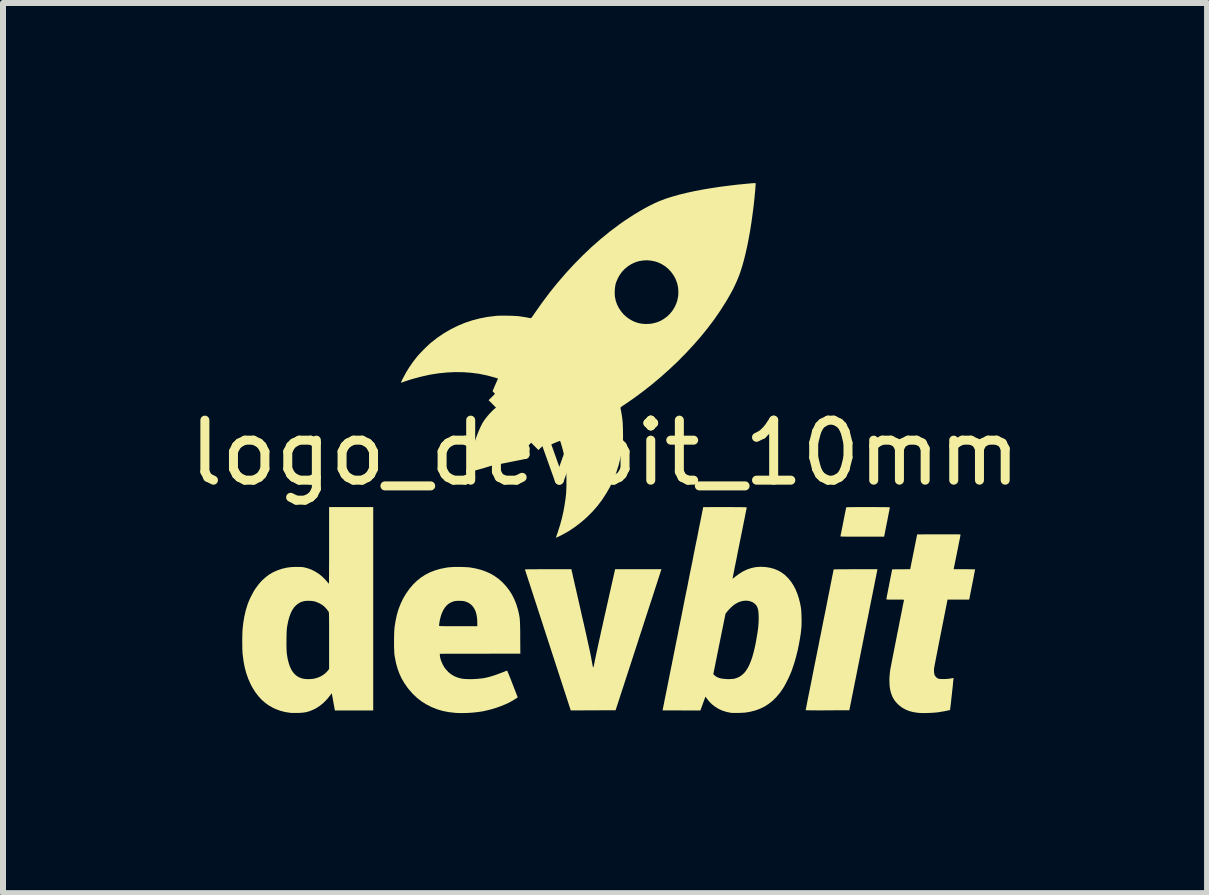
<source format=kicad_pcb>
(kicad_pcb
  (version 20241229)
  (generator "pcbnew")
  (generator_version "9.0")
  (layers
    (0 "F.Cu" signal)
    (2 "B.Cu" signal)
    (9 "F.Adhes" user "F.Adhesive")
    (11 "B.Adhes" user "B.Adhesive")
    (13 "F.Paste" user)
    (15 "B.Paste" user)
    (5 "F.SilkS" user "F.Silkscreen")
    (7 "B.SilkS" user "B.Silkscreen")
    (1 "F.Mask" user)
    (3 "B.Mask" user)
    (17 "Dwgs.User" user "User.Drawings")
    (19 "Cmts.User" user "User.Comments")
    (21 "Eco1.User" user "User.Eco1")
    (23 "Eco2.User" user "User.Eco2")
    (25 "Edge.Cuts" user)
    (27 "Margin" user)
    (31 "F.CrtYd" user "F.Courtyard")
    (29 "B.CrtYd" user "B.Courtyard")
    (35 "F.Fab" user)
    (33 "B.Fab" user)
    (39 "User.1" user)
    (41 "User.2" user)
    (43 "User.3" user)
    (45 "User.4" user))
  (footprint "logo_devbit_10mm"
    (layer "F.Cu")
    (at 7.03 4.995)
    (property "Reference" "logo_devbit_10mm" (at 0 -0.5 0) (unlocked yes) (layer "F.SilkS") (effects (font (size 1 1) (thickness 0.15))))
    (fp_poly (pts (xy 4.45 0.403) (xy 4.51 0.403) (xy 4.561 0.404) (xy 4.605 0.404) (xy 4.642 0.404) (xy 4.673 0.404) (xy 4.697 0.405) (xy 4.716 0.405) (xy 4.729 0.406) (xy 4.739 0.407) (xy 4.743 0.408) (xy 4.745 0.409) (xy 4.744 0.414) (xy 4.742 0.427) (xy 4.738 0.448) (xy 4.733 0.475) (xy 4.726 0.507) (xy 4.719 0.544) (xy 4.711 0.585) (xy 4.703 0.629) (xy 4.697 0.655) (xy 4.65 0.896) (xy 4.285 0.896) (xy 4.219 0.896) (xy 4.162 0.896) (xy 4.112 0.896) (xy 4.07 0.896) (xy 4.034 0.896) (xy 4.005 0.895) (xy 3.981 0.895) (xy 3.962 0.895) (xy 3.948 0.894) (xy 3.937 0.893) (xy 3.93 0.893) (xy 3.925 0.892) (xy 3.923 0.891) (xy 3.922 0.889) (xy 3.922 0.888) (xy 3.923 0.882) (xy 3.926 0.869) (xy 3.93 0.848) (xy 3.936 0.821) (xy 3.942 0.788) (xy 3.95 0.751) (xy 3.958 0.711) (xy 3.966 0.667) (xy 3.97 0.65) (xy 3.978 0.605) (xy 3.987 0.563) (xy 3.994 0.525) (xy 4.001 0.49) (xy 4.007 0.461) (xy 4.012 0.438) (xy 4.015 0.421) (xy 4.017 0.412) (xy 4.017 0.411) (xy 4.018 0.41) (xy 4.02 0.408) (xy 4.024 0.407) (xy 4.029 0.406) (xy 4.038 0.406) (xy 4.05 0.405) (xy 4.066 0.405) (xy 4.087 0.404) (xy 4.113 0.404) (xy 4.144 0.404) (xy 4.182 0.403) (xy 4.227 0.403) (xy 4.279 0.403) (xy 4.339 0.403) (xy 4.382 0.403)) (stroke (width 0) (type solid)) (fill yes) (layer "F.SilkS"))
    (fp_poly (pts (xy 4.536 1.451) (xy 4.535 1.456) (xy 4.532 1.47) (xy 4.528 1.492) (xy 4.522 1.521) (xy 4.515 1.558) (xy 4.506 1.602) (xy 4.496 1.652) (xy 4.485 1.709) (xy 4.472 1.772) (xy 4.459 1.84) (xy 4.444 1.913) (xy 4.428 1.991) (xy 4.412 2.073) (xy 4.395 2.159) (xy 4.377 2.249) (xy 4.358 2.342) (xy 4.339 2.438) (xy 4.319 2.537) (xy 4.302 2.626) (xy 4.07 3.788) (xy 3.706 3.789) (xy 3.643 3.79) (xy 3.584 3.79) (xy 3.531 3.79) (xy 3.483 3.789) (xy 3.442 3.789) (xy 3.407 3.789) (xy 3.379 3.788) (xy 3.358 3.788) (xy 3.346 3.787) (xy 3.342 3.786) (xy 3.343 3.782) (xy 3.346 3.769) (xy 3.35 3.748) (xy 3.356 3.719) (xy 3.363 3.682) (xy 3.371 3.639) (xy 3.381 3.589) (xy 3.392 3.533) (xy 3.405 3.471) (xy 3.418 3.404) (xy 3.433 3.331) (xy 3.448 3.254) (xy 3.464 3.172) (xy 3.481 3.086) (xy 3.499 2.996) (xy 3.518 2.903) (xy 3.537 2.807) (xy 3.557 2.709) (xy 3.575 2.614) (xy 3.596 2.513) (xy 3.615 2.415) (xy 3.634 2.319) (xy 3.653 2.226) (xy 3.671 2.137) (xy 3.688 2.051) (xy 3.704 1.97) (xy 3.719 1.892) (xy 3.734 1.82) (xy 3.747 1.753) (xy 3.759 1.691) (xy 3.77 1.636) (xy 3.78 1.586) (xy 3.788 1.544) (xy 3.796 1.508) (xy 3.801 1.48) (xy 3.805 1.459) (xy 3.808 1.446) (xy 3.808 1.442) (xy 3.813 1.442) (xy 3.825 1.441) (xy 3.846 1.44) (xy 3.873 1.44) (xy 3.907 1.439) (xy 3.947 1.439) (xy 3.991 1.439) (xy 4.04 1.439) (xy 4.093 1.438) (xy 4.149 1.438) (xy 4.173 1.438) (xy 4.539 1.438)) (stroke (width 0) (type solid)) (fill yes) (layer "F.SilkS"))
    (fp_poly (pts (xy -0.556 1.46) (xy -0.555 1.466) (xy -0.551 1.481) (xy -0.546 1.504) (xy -0.539 1.534) (xy -0.531 1.571) (xy -0.521 1.614) (xy -0.51 1.662) (xy -0.498 1.716) (xy -0.484 1.775) (xy -0.47 1.838) (xy -0.455 1.905) (xy -0.439 1.975) (xy -0.422 2.048) (xy -0.405 2.123) (xy -0.401 2.142) (xy -0.377 2.249) (xy -0.354 2.347) (xy -0.334 2.437) (xy -0.315 2.52) (xy -0.299 2.594) (xy -0.284 2.661) (xy -0.271 2.721) (xy -0.259 2.775) (xy -0.249 2.821) (xy -0.241 2.861) (xy -0.234 2.895) (xy -0.229 2.923) (xy -0.227 2.936) (xy -0.221 2.969) (xy -0.215 3) (xy -0.21 3.026) (xy -0.206 3.048) (xy -0.203 3.063) (xy -0.201 3.071) (xy -0.2 3.072) (xy -0.198 3.073) (xy -0.195 3.072) (xy -0.192 3.066) (xy -0.189 3.056) (xy -0.185 3.04) (xy -0.181 3.018) (xy -0.175 2.989) (xy -0.168 2.953) (xy -0.167 2.946) (xy -0.163 2.928) (xy -0.157 2.901) (xy -0.15 2.867) (xy -0.142 2.827) (xy -0.131 2.779) (xy -0.12 2.726) (xy -0.107 2.668) (xy -0.093 2.604) (xy -0.078 2.537) (xy -0.063 2.466) (xy -0.046 2.393) (xy -0.029 2.316) (xy -0.012 2.238) (xy 0.006 2.159) (xy 0.012 2.132) (xy 0.168 1.438) (xy 0.94 1.438) (xy 0.913 1.52) (xy 0.91 1.532) (xy 0.903 1.551) (xy 0.894 1.579) (xy 0.883 1.613) (xy 0.87 1.655) (xy 0.854 1.703) (xy 0.836 1.758) (xy 0.817 1.818) (xy 0.796 1.883) (xy 0.773 1.954) (xy 0.748 2.029) (xy 0.722 2.108) (xy 0.695 2.191) (xy 0.667 2.278) (xy 0.638 2.368) (xy 0.608 2.46) (xy 0.577 2.554) (xy 0.546 2.651) (xy 0.532 2.695) (xy 0.176 3.788) (xy -0.198 3.789) (xy -0.571 3.791) (xy -0.952 2.62) (xy -0.984 2.521) (xy -1.016 2.423) (xy -1.046 2.329) (xy -1.076 2.237) (xy -1.105 2.149) (xy -1.132 2.064) (xy -1.159 1.983) (xy -1.184 1.906) (xy -1.207 1.834) (xy -1.229 1.767) (xy -1.249 1.705) (xy -1.267 1.649) (xy -1.284 1.599) (xy -1.298 1.555) (xy -1.31 1.518) (xy -1.32 1.488) (xy -1.327 1.466) (xy -1.332 1.451) (xy -1.334 1.444) (xy -1.334 1.444) (xy -1.333 1.443) (xy -1.328 1.442) (xy -1.319 1.441) (xy -1.305 1.44) (xy -1.287 1.44) (xy -1.263 1.439) (xy -1.233 1.439) (xy -1.196 1.439) (xy -1.153 1.439) (xy -1.102 1.438) (xy -1.044 1.438) (xy -0.977 1.438) (xy -0.948 1.438) (xy -0.561 1.438)) (stroke (width 0) (type solid)) (fill yes) (layer "F.SilkS"))
    (fp_poly (pts (xy -3.862 3.791) (xy -4.501 3.791) (xy -4.518 3.695) (xy -4.524 3.663) (xy -4.53 3.631) (xy -4.535 3.6) (xy -4.54 3.574) (xy -4.544 3.554) (xy -4.544 3.552) (xy -4.553 3.504) (xy -4.579 3.54) (xy -4.632 3.605) (xy -4.688 3.662) (xy -4.747 3.711) (xy -4.809 3.752) (xy -4.854 3.775) (xy -4.898 3.794) (xy -4.94 3.809) (xy -4.982 3.82) (xy -5.026 3.827) (xy -5.075 3.831) (xy -5.121 3.833) (xy -5.151 3.833) (xy -5.181 3.833) (xy -5.208 3.833) (xy -5.23 3.832) (xy -5.242 3.831) (xy -5.327 3.818) (xy -5.406 3.798) (xy -5.482 3.77) (xy -5.531 3.748) (xy -5.6 3.709) (xy -5.664 3.663) (xy -5.724 3.61) (xy -5.779 3.549) (xy -5.83 3.481) (xy -5.877 3.406) (xy -5.905 3.352) (xy -5.943 3.267) (xy -5.975 3.177) (xy -6.001 3.083) (xy -6.021 2.982) (xy -6.035 2.874) (xy -6.04 2.825) (xy -6.041 2.798) (xy -6.043 2.764) (xy -6.043 2.725) (xy -6.044 2.682) (xy -6.044 2.668) (xy -5.308 2.668) (xy -5.307 2.711) (xy -5.307 2.751) (xy -5.305 2.788) (xy -5.304 2.819) (xy -5.302 2.842) (xy -5.301 2.847) (xy -5.289 2.923) (xy -5.273 2.99) (xy -5.254 3.05) (xy -5.231 3.102) (xy -5.205 3.146) (xy -5.174 3.183) (xy -5.139 3.214) (xy -5.1 3.238) (xy -5.057 3.255) (xy -5.019 3.264) (xy -4.993 3.267) (xy -4.961 3.269) (xy -4.926 3.269) (xy -4.892 3.267) (xy -4.86 3.264) (xy -4.841 3.26) (xy -4.785 3.244) (xy -4.733 3.222) (xy -4.687 3.193) (xy -4.647 3.16) (xy -4.617 3.127) (xy -4.597 3.1) (xy -4.597 2.629) (xy -4.597 2.554) (xy -4.597 2.487) (xy -4.597 2.428) (xy -4.597 2.376) (xy -4.597 2.331) (xy -4.598 2.293) (xy -4.598 2.261) (xy -4.598 2.233) (xy -4.599 2.211) (xy -4.599 2.193) (xy -4.6 2.179) (xy -4.6 2.168) (xy -4.601 2.16) (xy -4.602 2.154) (xy -4.603 2.15) (xy -4.604 2.148) (xy -4.605 2.147) (xy -4.621 2.124) (xy -4.642 2.098) (xy -4.664 2.074) (xy -4.686 2.053) (xy -4.69 2.049) (xy -4.721 2.028) (xy -4.756 2.007) (xy -4.795 1.99) (xy -4.832 1.976) (xy -4.837 1.975) (xy -4.864 1.97) (xy -4.896 1.966) (xy -4.93 1.965) (xy -4.965 1.965) (xy -4.997 1.967) (xy -5.023 1.972) (xy -5.027 1.973) (xy -5.072 1.988) (xy -5.112 2.011) (xy -5.148 2.039) (xy -5.181 2.075) (xy -5.21 2.118) (xy -5.235 2.168) (xy -5.257 2.226) (xy -5.276 2.292) (xy -5.291 2.365) (xy -5.299 2.413) (xy -5.301 2.434) (xy -5.303 2.463) (xy -5.305 2.497) (xy -5.306 2.537) (xy -5.307 2.579) (xy -5.307 2.623) (xy -5.308 2.668) (xy -6.044 2.668) (xy -6.044 2.637) (xy -6.044 2.593) (xy -6.043 2.55) (xy -6.042 2.511) (xy -6.041 2.477) (xy -6.04 2.455) (xy -6.028 2.339) (xy -6.01 2.229) (xy -5.986 2.125) (xy -5.956 2.027) (xy -5.948 2.004) (xy -5.934 1.97) (xy -5.917 1.931) (xy -5.897 1.89) (xy -5.876 1.85) (xy -5.855 1.811) (xy -5.835 1.778) (xy -5.827 1.766) (xy -5.775 1.694) (xy -5.72 1.631) (xy -5.66 1.576) (xy -5.597 1.528) (xy -5.529 1.488) (xy -5.456 1.456) (xy -5.379 1.43) (xy -5.295 1.411) (xy -5.293 1.411) (xy -5.263 1.407) (xy -5.228 1.403) (xy -5.189 1.401) (xy -5.148 1.4) (xy -5.109 1.4) (xy -5.072 1.401) (xy -5.041 1.403) (xy -5.018 1.406) (xy -4.952 1.423) (xy -4.887 1.447) (xy -4.824 1.48) (xy -4.763 1.519) (xy -4.707 1.565) (xy -4.655 1.617) (xy -4.633 1.643) (xy -4.62 1.659) (xy -4.61 1.671) (xy -4.603 1.678) (xy -4.6 1.68) (xy -4.6 1.676) (xy -4.6 1.663) (xy -4.599 1.642) (xy -4.599 1.614) (xy -4.599 1.579) (xy -4.598 1.537) (xy -4.598 1.489) (xy -4.598 1.436) (xy -4.598 1.378) (xy -4.597 1.316) (xy -4.597 1.25) (xy -4.597 1.18) (xy -4.597 1.107) (xy -4.597 1.042) (xy -4.597 0.403) (xy -3.862 0.403)) (stroke (width 0) (type solid)) (fill yes) (layer "F.SilkS"))
    (fp_poly (pts (xy -2.4 1.4) (xy -2.352 1.402) (xy -2.307 1.404) (xy -2.267 1.407) (xy -2.236 1.411) (xy -2.145 1.428) (xy -2.062 1.45) (xy -1.984 1.478) (xy -1.91 1.511) (xy -1.851 1.545) (xy -1.78 1.594) (xy -1.715 1.65) (xy -1.656 1.713) (xy -1.602 1.781) (xy -1.554 1.855) (xy -1.513 1.935) (xy -1.479 2.019) (xy -1.452 2.107) (xy -1.447 2.126) (xy -1.441 2.153) (xy -1.435 2.177) (xy -1.431 2.2) (xy -1.427 2.222) (xy -1.423 2.245) (xy -1.421 2.268) (xy -1.419 2.294) (xy -1.417 2.322) (xy -1.416 2.355) (xy -1.415 2.392) (xy -1.414 2.435) (xy -1.413 2.485) (xy -1.413 2.542) (xy -1.413 2.575) (xy -1.411 2.845) (xy -2.082 2.846) (xy -2.753 2.847) (xy -2.752 2.872) (xy -2.748 2.904) (xy -2.739 2.94) (xy -2.725 2.979) (xy -2.707 3.019) (xy -2.687 3.057) (xy -2.664 3.091) (xy -2.653 3.105) (xy -2.612 3.15) (xy -2.566 3.188) (xy -2.516 3.218) (xy -2.46 3.242) (xy -2.398 3.259) (xy -2.397 3.259) (xy -2.368 3.264) (xy -2.331 3.267) (xy -2.289 3.269) (xy -2.243 3.27) (xy -2.195 3.269) (xy -2.145 3.266) (xy -2.097 3.262) (xy -2.051 3.257) (xy -2.032 3.255) (xy -1.981 3.245) (xy -1.924 3.231) (xy -1.861 3.212) (xy -1.791 3.188) (xy -1.714 3.159) (xy -1.701 3.154) (xy -1.679 3.145) (xy -1.659 3.137) (xy -1.643 3.131) (xy -1.634 3.128) (xy -1.632 3.127) (xy -1.629 3.131) (xy -1.624 3.143) (xy -1.616 3.162) (xy -1.606 3.186) (xy -1.594 3.216) (xy -1.58 3.25) (xy -1.565 3.288) (xy -1.549 3.33) (xy -1.541 3.35) (xy -1.455 3.572) (xy -1.466 3.581) (xy -1.477 3.589) (xy -1.494 3.6) (xy -1.516 3.613) (xy -1.54 3.627) (xy -1.564 3.641) (xy -1.587 3.654) (xy -1.606 3.664) (xy -1.607 3.665) (xy -1.67 3.693) (xy -1.739 3.721) (xy -1.812 3.747) (xy -1.887 3.77) (xy -1.962 3.789) (xy -2.033 3.805) (xy -2.039 3.806) (xy -2.118 3.818) (xy -2.202 3.827) (xy -2.288 3.833) (xy -2.373 3.835) (xy -2.454 3.834) (xy -2.509 3.83) (xy -2.611 3.818) (xy -2.709 3.798) (xy -2.803 3.77) (xy -2.892 3.734) (xy -2.976 3.691) (xy -3.056 3.641) (xy -3.131 3.583) (xy -3.2 3.518) (xy -3.264 3.446) (xy -3.291 3.412) (xy -3.342 3.338) (xy -3.387 3.262) (xy -3.424 3.183) (xy -3.455 3.1) (xy -3.48 3.013) (xy -3.499 2.919) (xy -3.507 2.872) (xy -3.51 2.847) (xy -3.512 2.815) (xy -3.513 2.777) (xy -3.515 2.734) (xy -3.515 2.688) (xy -3.515 2.64) (xy -3.515 2.592) (xy -3.514 2.546) (xy -3.513 2.502) (xy -3.511 2.463) (xy -3.509 2.429) (xy -3.507 2.406) (xy -3.501 2.368) (xy -2.764 2.368) (xy -2.764 2.38) (xy -2.762 2.383) (xy -2.759 2.384) (xy -2.748 2.385) (xy -2.731 2.386) (xy -2.707 2.387) (xy -2.676 2.387) (xy -2.637 2.388) (xy -2.59 2.388) (xy -2.534 2.388) (xy -2.471 2.388) (xy -2.444 2.388) (xy -2.128 2.388) (xy -2.128 2.329) (xy -2.131 2.261) (xy -2.14 2.201) (xy -2.154 2.147) (xy -2.175 2.101) (xy -2.201 2.06) (xy -2.233 2.027) (xy -2.271 2) (xy -2.315 1.98) (xy -2.339 1.973) (xy -2.362 1.968) (xy -2.391 1.966) (xy -2.423 1.965) (xy -2.456 1.965) (xy -2.486 1.967) (xy -2.511 1.971) (xy -2.518 1.973) (xy -2.562 1.989) (xy -2.602 2.011) (xy -2.636 2.039) (xy -2.667 2.075) (xy -2.694 2.118) (xy -2.718 2.17) (xy -2.728 2.196) (xy -2.735 2.219) (xy -2.742 2.245) (xy -2.749 2.273) (xy -2.755 2.301) (xy -2.759 2.327) (xy -2.762 2.35) (xy -2.764 2.368) (xy -3.501 2.368) (xy -3.49 2.299) (xy -3.468 2.197) (xy -3.44 2.102) (xy -3.405 2.013) (xy -3.364 1.927) (xy -3.317 1.847) (xy -3.307 1.833) (xy -3.253 1.757) (xy -3.194 1.689) (xy -3.132 1.629) (xy -3.066 1.576) (xy -2.994 1.53) (xy -2.918 1.491) (xy -2.836 1.459) (xy -2.748 1.433) (xy -2.654 1.414) (xy -2.617 1.408) (xy -2.583 1.405) (xy -2.543 1.402) (xy -2.498 1.4) (xy -2.449 1.4)) (stroke (width 0) (type solid)) (fill yes) (layer "F.SilkS"))
    (fp_poly (pts (xy 5.779 0.857) (xy 5.815 0.857) (xy 5.845 0.857) (xy 5.869 0.857) (xy 5.888 0.858) (xy 5.902 0.858) (xy 5.912 0.859) (xy 5.919 0.86) (xy 5.922 0.861) (xy 5.923 0.862) (xy 5.923 0.862) (xy 5.922 0.867) (xy 5.92 0.881) (xy 5.916 0.901) (xy 5.911 0.929) (xy 5.904 0.962) (xy 5.896 1) (xy 5.888 1.042) (xy 5.879 1.088) (xy 5.869 1.136) (xy 5.866 1.153) (xy 5.808 1.438) (xy 5.987 1.438) (xy 6.029 1.438) (xy 6.067 1.439) (xy 6.099 1.439) (xy 6.126 1.44) (xy 6.147 1.44) (xy 6.16 1.441) (xy 6.165 1.442) (xy 6.165 1.442) (xy 6.164 1.447) (xy 6.162 1.46) (xy 6.158 1.479) (xy 6.153 1.505) (xy 6.147 1.535) (xy 6.141 1.57) (xy 6.134 1.607) (xy 6.126 1.646) (xy 6.118 1.686) (xy 6.11 1.727) (xy 6.102 1.766) (xy 6.095 1.804) (xy 6.088 1.838) (xy 6.082 1.869) (xy 6.077 1.895) (xy 6.073 1.916) (xy 6.07 1.929) (xy 6.069 1.934) (xy 6.066 1.945) (xy 5.706 1.945) (xy 5.597 2.497) (xy 5.583 2.566) (xy 5.57 2.634) (xy 5.557 2.699) (xy 5.545 2.761) (xy 5.534 2.819) (xy 5.523 2.872) (xy 5.514 2.921) (xy 5.505 2.965) (xy 5.498 3.002) (xy 5.492 3.033) (xy 5.488 3.057) (xy 5.485 3.073) (xy 5.483 3.08) (xy 5.481 3.109) (xy 5.481 3.139) (xy 5.483 3.167) (xy 5.488 3.191) (xy 5.492 3.204) (xy 5.505 3.224) (xy 5.523 3.243) (xy 5.544 3.258) (xy 5.554 3.262) (xy 5.569 3.265) (xy 5.59 3.267) (xy 5.617 3.268) (xy 5.647 3.268) (xy 5.678 3.267) (xy 5.708 3.265) (xy 5.736 3.262) (xy 5.76 3.258) (xy 5.779 3.255) (xy 5.794 3.252) (xy 5.804 3.251) (xy 5.806 3.251) (xy 5.806 3.255) (xy 5.805 3.268) (xy 5.803 3.288) (xy 5.8 3.313) (xy 5.797 3.344) (xy 5.794 3.379) (xy 5.79 3.417) (xy 5.785 3.458) (xy 5.781 3.499) (xy 5.776 3.542) (xy 5.771 3.583) (xy 5.767 3.624) (xy 5.763 3.661) (xy 5.759 3.696) (xy 5.755 3.726) (xy 5.752 3.75) (xy 5.75 3.769) (xy 5.748 3.78) (xy 5.748 3.784) (xy 5.743 3.785) (xy 5.73 3.788) (xy 5.712 3.792) (xy 5.69 3.797) (xy 5.665 3.802) (xy 5.638 3.807) (xy 5.613 3.811) (xy 5.589 3.815) (xy 5.569 3.819) (xy 5.565 3.819) (xy 5.521 3.825) (xy 5.472 3.829) (xy 5.42 3.832) (xy 5.367 3.834) (xy 5.316 3.835) (xy 5.268 3.834) (xy 5.226 3.832) (xy 5.209 3.83) (xy 5.136 3.819) (xy 5.068 3.801) (xy 5.006 3.776) (xy 4.95 3.745) (xy 4.9 3.706) (xy 4.877 3.685) (xy 4.841 3.647) (xy 4.813 3.608) (xy 4.79 3.567) (xy 4.771 3.519) (xy 4.767 3.509) (xy 4.752 3.453) (xy 4.742 3.391) (xy 4.738 3.323) (xy 4.738 3.251) (xy 4.744 3.175) (xy 4.752 3.114) (xy 4.753 3.105) (xy 4.756 3.089) (xy 4.761 3.065) (xy 4.767 3.034) (xy 4.774 2.998) (xy 4.782 2.955) (xy 4.791 2.909) (xy 4.801 2.858) (xy 4.812 2.803) (xy 4.823 2.746) (xy 4.835 2.686) (xy 4.847 2.625) (xy 4.859 2.563) (xy 4.871 2.501) (xy 4.884 2.439) (xy 4.896 2.378) (xy 4.907 2.318) (xy 4.919 2.261) (xy 4.929 2.207) (xy 4.94 2.156) (xy 4.949 2.109) (xy 4.957 2.068) (xy 4.964 2.031) (xy 4.971 2.001) (xy 4.975 1.977) (xy 4.979 1.961) (xy 4.98 1.953) (xy 4.981 1.952) (xy 4.981 1.95) (xy 4.979 1.949) (xy 4.975 1.947) (xy 4.968 1.946) (xy 4.956 1.945) (xy 4.939 1.945) (xy 4.916 1.945) (xy 4.887 1.945) (xy 4.849 1.945) (xy 4.835 1.945) (xy 4.794 1.945) (xy 4.762 1.944) (xy 4.737 1.944) (xy 4.718 1.944) (xy 4.705 1.943) (xy 4.696 1.942) (xy 4.69 1.941) (xy 4.688 1.939) (xy 4.687 1.937) (xy 4.687 1.937) (xy 4.688 1.931) (xy 4.69 1.917) (xy 4.694 1.896) (xy 4.699 1.869) (xy 4.706 1.837) (xy 4.713 1.799) (xy 4.721 1.758) (xy 4.73 1.714) (xy 4.735 1.685) (xy 4.784 1.44) (xy 5.084 1.438) (xy 5.142 1.148) (xy 5.2 0.858) (xy 5.562 0.857) (xy 5.628 0.857) (xy 5.686 0.857) (xy 5.736 0.857)) (stroke (width 0) (type solid)) (fill yes) (layer "F.SilkS"))
    (fp_poly (pts (xy 2.059 0.403) (xy 2.116 0.403) (xy 2.169 0.404) (xy 2.216 0.404) (xy 2.258 0.404) (xy 2.293 0.405) (xy 2.322 0.405) (xy 2.343 0.406) (xy 2.356 0.407) (xy 2.361 0.407) (xy 2.361 0.407) (xy 2.36 0.412) (xy 2.358 0.425) (xy 2.354 0.446) (xy 2.348 0.474) (xy 2.341 0.509) (xy 2.333 0.55) (xy 2.324 0.597) (xy 2.313 0.649) (xy 2.302 0.705) (xy 2.29 0.766) (xy 2.277 0.831) (xy 2.263 0.898) (xy 2.249 0.969) (xy 2.242 1.002) (xy 2.228 1.073) (xy 2.214 1.142) (xy 2.201 1.208) (xy 2.189 1.271) (xy 2.177 1.329) (xy 2.166 1.383) (xy 2.156 1.433) (xy 2.148 1.476) (xy 2.14 1.514) (xy 2.134 1.545) (xy 2.13 1.569) (xy 2.126 1.586) (xy 2.125 1.595) (xy 2.125 1.596) (xy 2.128 1.594) (xy 2.138 1.588) (xy 2.151 1.578) (xy 2.166 1.565) (xy 2.232 1.516) (xy 2.299 1.475) (xy 2.367 1.442) (xy 2.437 1.419) (xy 2.508 1.404) (xy 2.581 1.398) (xy 2.596 1.398) (xy 2.675 1.402) (xy 2.749 1.414) (xy 2.819 1.433) (xy 2.884 1.46) (xy 2.945 1.495) (xy 3.001 1.538) (xy 3.052 1.588) (xy 3.099 1.646) (xy 3.141 1.711) (xy 3.172 1.77) (xy 3.203 1.844) (xy 3.229 1.922) (xy 3.25 2.006) (xy 3.264 2.083) (xy 3.267 2.109) (xy 3.27 2.143) (xy 3.272 2.181) (xy 3.273 2.222) (xy 3.274 2.266) (xy 3.275 2.308) (xy 3.274 2.349) (xy 3.273 2.385) (xy 3.271 2.411) (xy 3.262 2.502) (xy 3.247 2.597) (xy 3.229 2.696) (xy 3.208 2.796) (xy 3.183 2.895) (xy 3.156 2.991) (xy 3.126 3.082) (xy 3.107 3.136) (xy 3.092 3.172) (xy 3.075 3.212) (xy 3.056 3.254) (xy 3.035 3.296) (xy 3.014 3.338) (xy 2.993 3.376) (xy 2.974 3.409) (xy 2.961 3.43) (xy 2.908 3.505) (xy 2.851 3.572) (xy 2.791 3.631) (xy 2.726 3.682) (xy 2.658 3.726) (xy 2.584 3.762) (xy 2.506 3.791) (xy 2.423 3.812) (xy 2.356 3.824) (xy 2.333 3.827) (xy 2.304 3.829) (xy 2.271 3.831) (xy 2.236 3.832) (xy 2.201 3.833) (xy 2.167 3.833) (xy 2.137 3.833) (xy 2.113 3.832) (xy 2.099 3.831) (xy 2.026 3.816) (xy 1.958 3.795) (xy 1.893 3.766) (xy 1.834 3.73) (xy 1.78 3.688) (xy 1.732 3.639) (xy 1.699 3.597) (xy 1.689 3.582) (xy 1.68 3.57) (xy 1.675 3.563) (xy 1.674 3.562) (xy 1.672 3.566) (xy 1.667 3.577) (xy 1.661 3.595) (xy 1.652 3.618) (xy 1.642 3.645) (xy 1.631 3.675) (xy 1.631 3.676) (xy 1.589 3.791) (xy 1.274 3.791) (xy 1.222 3.79) (xy 1.172 3.79) (xy 1.126 3.79) (xy 1.084 3.79) (xy 1.047 3.79) (xy 1.015 3.79) (xy 0.99 3.79) (xy 0.972 3.79) (xy 0.961 3.79) (xy 0.959 3.789) (xy 0.96 3.785) (xy 0.962 3.772) (xy 0.966 3.751) (xy 0.972 3.722) (xy 0.98 3.685) (xy 0.988 3.642) (xy 0.998 3.591) (xy 1.01 3.533) (xy 1.023 3.469) (xy 1.037 3.399) (xy 1.052 3.323) (xy 1.068 3.242) (xy 1.079 3.186) (xy 1.804 3.186) (xy 1.822 3.204) (xy 1.849 3.226) (xy 1.885 3.244) (xy 1.928 3.257) (xy 1.978 3.265) (xy 2.036 3.269) (xy 2.074 3.269) (xy 2.106 3.267) (xy 2.131 3.266) (xy 2.151 3.263) (xy 2.169 3.258) (xy 2.173 3.257) (xy 2.213 3.243) (xy 2.251 3.223) (xy 2.286 3.197) (xy 2.319 3.166) (xy 2.349 3.128) (xy 2.377 3.084) (xy 2.404 3.032) (xy 2.428 2.974) (xy 2.451 2.909) (xy 2.472 2.835) (xy 2.492 2.754) (xy 2.511 2.664) (xy 2.528 2.566) (xy 2.531 2.548) (xy 2.54 2.494) (xy 2.547 2.447) (xy 2.552 2.405) (xy 2.555 2.367) (xy 2.558 2.329) (xy 2.559 2.291) (xy 2.56 2.251) (xy 2.56 2.249) (xy 2.559 2.199) (xy 2.556 2.157) (xy 2.552 2.122) (xy 2.544 2.092) (xy 2.535 2.066) (xy 2.522 2.044) (xy 2.505 2.024) (xy 2.495 2.014) (xy 2.464 1.991) (xy 2.427 1.975) (xy 2.387 1.965) (xy 2.345 1.962) (xy 2.3 1.966) (xy 2.255 1.977) (xy 2.21 1.995) (xy 2.168 2.019) (xy 2.144 2.036) (xy 2.117 2.059) (xy 2.089 2.085) (xy 2.062 2.113) (xy 2.039 2.14) (xy 2.031 2.149) (xy 2.007 2.181) (xy 1.905 2.684) (xy 1.804 3.186) (xy 1.079 3.186) (xy 1.085 3.156) (xy 1.104 3.064) (xy 1.123 2.968) (xy 1.143 2.868) (xy 1.164 2.764) (xy 1.185 2.656) (xy 1.208 2.545) (xy 1.23 2.43) (xy 1.254 2.313) (xy 1.278 2.194) (xy 1.297 2.097) (xy 1.321 1.975) (xy 1.345 1.856) (xy 1.369 1.74) (xy 1.391 1.626) (xy 1.413 1.515) (xy 1.435 1.408) (xy 1.456 1.305) (xy 1.475 1.205) (xy 1.494 1.11) (xy 1.512 1.02) (xy 1.53 0.935) (xy 1.546 0.854) (xy 1.56 0.78) (xy 1.574 0.711) (xy 1.587 0.648) (xy 1.598 0.592) (xy 1.608 0.543) (xy 1.616 0.5) (xy 1.623 0.465) (xy 1.629 0.438) (xy 1.633 0.418) (xy 1.635 0.407) (xy 1.635 0.404) (xy 1.64 0.404) (xy 1.652 0.404) (xy 1.673 0.404) (xy 1.7 0.404) (xy 1.734 0.404) (xy 1.773 0.403) (xy 1.817 0.403) (xy 1.865 0.403) (xy 1.917 0.403) (xy 1.972 0.403) (xy 1.998 0.403)) (stroke (width 0) (type solid)) (fill yes) (layer "F.SilkS"))
    (fp_poly (pts (xy 2.504 -4.995) (xy 2.507 -4.994) (xy 2.508 -4.991) (xy 2.509 -4.986) (xy 2.509 -4.977) (xy 2.509 -4.963) (xy 2.507 -4.943) (xy 2.505 -4.916) (xy 2.504 -4.899) (xy 2.491 -4.758) (xy 2.476 -4.617) (xy 2.458 -4.477) (xy 2.439 -4.34) (xy 2.418 -4.206) (xy 2.395 -4.077) (xy 2.371 -3.954) (xy 2.345 -3.838) (xy 2.336 -3.8) (xy 2.312 -3.704) (xy 2.287 -3.615) (xy 2.261 -3.532) (xy 2.233 -3.453) (xy 2.202 -3.377) (xy 2.168 -3.301) (xy 2.131 -3.224) (xy 2.088 -3.145) (xy 2.041 -3.063) (xy 2.01 -3.011) (xy 1.919 -2.868) (xy 1.82 -2.724) (xy 1.713 -2.582) (xy 1.598 -2.44) (xy 1.476 -2.3) (xy 1.348 -2.162) (xy 1.214 -2.026) (xy 1.074 -1.894) (xy 0.93 -1.765) (xy 0.781 -1.64) (xy 0.628 -1.52) (xy 0.472 -1.405) (xy 0.321 -1.301) (xy 0.297 -1.286) (xy 0.28 -1.274) (xy 0.269 -1.265) (xy 0.261 -1.258) (xy 0.258 -1.254) (xy 0.257 -1.249) (xy 0.258 -1.246) (xy 0.261 -1.229) (xy 0.266 -1.205) (xy 0.271 -1.177) (xy 0.276 -1.145) (xy 0.282 -1.112) (xy 0.286 -1.08) (xy 0.287 -1.073) (xy 0.291 -1.041) (xy 0.294 -1.002) (xy 0.296 -0.958) (xy 0.298 -0.91) (xy 0.299 -0.861) (xy 0.3 -0.813) (xy 0.3 -0.766) (xy 0.299 -0.724) (xy 0.297 -0.687) (xy 0.296 -0.675) (xy 0.281 -0.544) (xy 0.257 -0.416) (xy 0.225 -0.29) (xy 0.186 -0.168) (xy 0.138 -0.049) (xy 0.083 0.066) (xy 0.02 0.176) (xy -0.049 0.282) (xy -0.126 0.384) (xy -0.209 0.479) (xy -0.3 0.57) (xy -0.396 0.654) (xy -0.499 0.733) (xy -0.607 0.805) (xy -0.635 0.821) (xy -0.657 0.834) (xy -0.681 0.847) (xy -0.706 0.861) (xy -0.732 0.874) (xy -0.756 0.886) (xy -0.778 0.897) (xy -0.796 0.905) (xy -0.809 0.911) (xy -0.817 0.914) (xy -0.818 0.913) (xy -0.816 0.907) (xy -0.812 0.894) (xy -0.806 0.875) (xy -0.798 0.852) (xy -0.788 0.824) (xy -0.782 0.804) (xy -0.748 0.697) (xy -0.719 0.591) (xy -0.695 0.485) (xy -0.675 0.376) (xy -0.658 0.262) (xy -0.651 0.202) (xy -0.648 0.169) (xy -0.646 0.129) (xy -0.644 0.084) (xy -0.643 0.035) (xy -0.643 -0.016) (xy -0.643 -0.067) (xy -0.644 -0.117) (xy -0.645 -0.164) (xy -0.647 -0.206) (xy -0.65 -0.242) (xy -0.651 -0.255) (xy -0.659 -0.317) (xy -0.669 -0.382) (xy -0.68 -0.445) (xy -0.692 -0.504) (xy -0.697 -0.523) (xy -0.703 -0.547) (xy -0.71 -0.573) (xy -0.717 -0.6) (xy -0.725 -0.626) (xy -0.732 -0.651) (xy -0.739 -0.672) (xy -0.744 -0.688) (xy -0.747 -0.697) (xy -0.748 -0.698) (xy -0.752 -0.699) (xy -0.761 -0.697) (xy -0.776 -0.691) (xy -0.798 -0.683) (xy -0.828 -0.67) (xy -0.847 -0.662) (xy -0.875 -0.65) (xy -0.9 -0.639) (xy -0.921 -0.63) (xy -0.937 -0.623) (xy -0.947 -0.618) (xy -0.95 -0.617) (xy -0.957 -0.619) (xy -0.968 -0.627) (xy -0.978 -0.636) (xy -0.999 -0.656) (xy -1.054 -0.601) (xy -1.109 -0.547) (xy -1.232 -0.67) (xy -1.249 -0.65) (xy -1.3 -0.593) (xy -1.358 -0.54) (xy -1.422 -0.491) (xy -1.489 -0.447) (xy -1.539 -0.42) (xy -1.588 -0.397) (xy -1.645 -0.373) (xy -1.711 -0.348) (xy -1.783 -0.322) (xy -1.861 -0.296) (xy -1.946 -0.269) (xy -2.035 -0.242) (xy -2.13 -0.216) (xy -2.228 -0.189) (xy -2.239 -0.186) (xy -2.268 -0.179) (xy -2.288 -0.174) (xy -2.303 -0.171) (xy -2.311 -0.171) (xy -2.316 -0.171) (xy -2.316 -0.173) (xy -2.315 -0.182) (xy -2.312 -0.198) (xy -2.306 -0.221) (xy -2.299 -0.249) (xy -2.29 -0.282) (xy -2.281 -0.319) (xy -2.27 -0.358) (xy -2.259 -0.399) (xy -2.247 -0.44) (xy -2.235 -0.481) (xy -2.224 -0.52) (xy -2.212 -0.558) (xy -2.209 -0.569) (xy -2.18 -0.659) (xy -2.152 -0.742) (xy -2.124 -0.817) (xy -2.097 -0.883) (xy -2.07 -0.941) (xy -2.045 -0.991) (xy -2.027 -1.021) (xy -2 -1.06) (xy -1.969 -1.1) (xy -1.935 -1.141) (xy -1.899 -1.179) (xy -1.865 -1.213) (xy -1.839 -1.236) (xy -1.817 -1.254) (xy -1.878 -1.316) (xy -1.94 -1.378) (xy -1.886 -1.431) (xy -1.833 -1.485) (xy -1.854 -1.506) (xy -1.874 -1.528) (xy -1.848 -1.589) (xy -1.837 -1.616) (xy -1.825 -1.643) (xy -1.813 -1.669) (xy -1.804 -1.691) (xy -1.803 -1.693) (xy -1.795 -1.711) (xy -1.788 -1.725) (xy -1.784 -1.734) (xy -1.783 -1.737) (xy -1.787 -1.738) (xy -1.798 -1.742) (xy -1.814 -1.748) (xy -1.834 -1.754) (xy -1.961 -1.789) (xy -2.091 -1.816) (xy -2.224 -1.834) (xy -2.359 -1.844) (xy -2.496 -1.846) (xy -2.636 -1.839) (xy -2.777 -1.825) (xy -2.92 -1.802) (xy -3.064 -1.77) (xy -3.209 -1.731) (xy -3.298 -1.703) (xy -3.325 -1.694) (xy -3.35 -1.685) (xy -3.371 -1.678) (xy -3.387 -1.672) (xy -3.397 -1.669) (xy -3.398 -1.669) (xy -3.4 -1.67) (xy -3.398 -1.676) (xy -3.393 -1.688) (xy -3.385 -1.707) (xy -3.372 -1.733) (xy -3.364 -1.748) (xy -3.314 -1.841) (xy -3.261 -1.927) (xy -3.203 -2.011) (xy -3.139 -2.094) (xy -3.133 -2.101) (xy -3.114 -2.124) (xy -3.089 -2.15) (xy -3.061 -2.18) (xy -3.031 -2.211) (xy -3 -2.243) (xy -2.969 -2.273) (xy -2.94 -2.3) (xy -2.915 -2.323) (xy -2.901 -2.335) (xy -2.796 -2.417) (xy -2.686 -2.492) (xy -2.573 -2.558) (xy -2.457 -2.616) (xy -2.337 -2.666) (xy -2.214 -2.707) (xy -2.088 -2.74) (xy -1.959 -2.765) (xy -1.827 -2.781) (xy -1.809 -2.783) (xy -1.777 -2.785) (xy -1.738 -2.786) (xy -1.695 -2.786) (xy -1.649 -2.786) (xy -1.602 -2.785) (xy -1.555 -2.784) (xy -1.512 -2.782) (xy -1.472 -2.78) (xy -1.44 -2.777) (xy -1.429 -2.776) (xy -1.402 -2.772) (xy -1.37 -2.767) (xy -1.336 -2.762) (xy -1.302 -2.756) (xy -1.27 -2.75) (xy -1.245 -2.745) (xy -1.239 -2.744) (xy -1.235 -2.745) (xy -1.23 -2.748) (xy -1.224 -2.755) (xy -1.214 -2.767) (xy -1.202 -2.784) (xy -1.186 -2.807) (xy -1.167 -2.835) (xy -1.047 -3.005) (xy -0.93 -3.161) (xy 0.161 -3.161) (xy 0.163 -3.122) (xy 0.166 -3.095) (xy 0.179 -3.032) (xy 0.201 -2.971) (xy 0.231 -2.912) (xy 0.268 -2.857) (xy 0.311 -2.806) (xy 0.315 -2.802) (xy 0.368 -2.756) (xy 0.424 -2.718) (xy 0.484 -2.687) (xy 0.547 -2.665) (xy 0.612 -2.652) (xy 0.68 -2.647) (xy 0.749 -2.65) (xy 0.8 -2.658) (xy 0.864 -2.675) (xy 0.924 -2.699) (xy 0.98 -2.732) (xy 1.032 -2.77) (xy 1.079 -2.815) (xy 1.12 -2.865) (xy 1.156 -2.921) (xy 1.184 -2.98) (xy 1.205 -3.043) (xy 1.218 -3.109) (xy 1.219 -3.114) (xy 1.222 -3.181) (xy 1.218 -3.248) (xy 1.205 -3.314) (xy 1.196 -3.342) (xy 1.172 -3.404) (xy 1.139 -3.462) (xy 1.1 -3.516) (xy 1.055 -3.564) (xy 1.004 -3.607) (xy 0.949 -3.642) (xy 0.889 -3.671) (xy 0.833 -3.69) (xy 0.765 -3.703) (xy 0.697 -3.709) (xy 0.63 -3.705) (xy 0.564 -3.694) (xy 0.501 -3.674) (xy 0.44 -3.646) (xy 0.383 -3.61) (xy 0.331 -3.567) (xy 0.327 -3.564) (xy 0.282 -3.516) (xy 0.244 -3.463) (xy 0.212 -3.406) (xy 0.187 -3.347) (xy 0.176 -3.313) (xy 0.17 -3.281) (xy 0.165 -3.243) (xy 0.162 -3.202) (xy 0.161 -3.161) (xy -0.93 -3.161) (xy -0.922 -3.172) (xy -0.791 -3.334) (xy -0.656 -3.491) (xy -0.516 -3.643) (xy -0.373 -3.788) (xy -0.227 -3.927) (xy -0.078 -4.058) (xy 0.073 -4.182) (xy 0.226 -4.297) (xy 0.241 -4.308) (xy 0.326 -4.368) (xy 0.413 -4.425) (xy 0.499 -4.48) (xy 0.584 -4.531) (xy 0.668 -4.579) (xy 0.748 -4.621) (xy 0.825 -4.659) (xy 0.897 -4.691) (xy 0.93 -4.704) (xy 1.024 -4.739) (xy 1.127 -4.771) (xy 1.239 -4.803) (xy 1.359 -4.832) (xy 1.487 -4.86) (xy 1.622 -4.886) (xy 1.766 -4.91) (xy 1.917 -4.933) (xy 2.075 -4.953) (xy 2.166 -4.964) (xy 2.207 -4.969) (xy 2.249 -4.973) (xy 2.291 -4.977) (xy 2.332 -4.981) (xy 2.37 -4.985) (xy 2.406 -4.988) (xy 2.438 -4.991) (xy 2.465 -4.993) (xy 2.485 -4.994) (xy 2.499 -4.995)) (stroke (width 0) (type solid)) (fill yes) (layer "F.SilkS")))
  (gr_rect
    (start -3 -3)
    (end 17.06 11.83)
    (stroke (width 0.1) (type default))
    (fill no)
    (layer "Edge.Cuts")))
</source>
